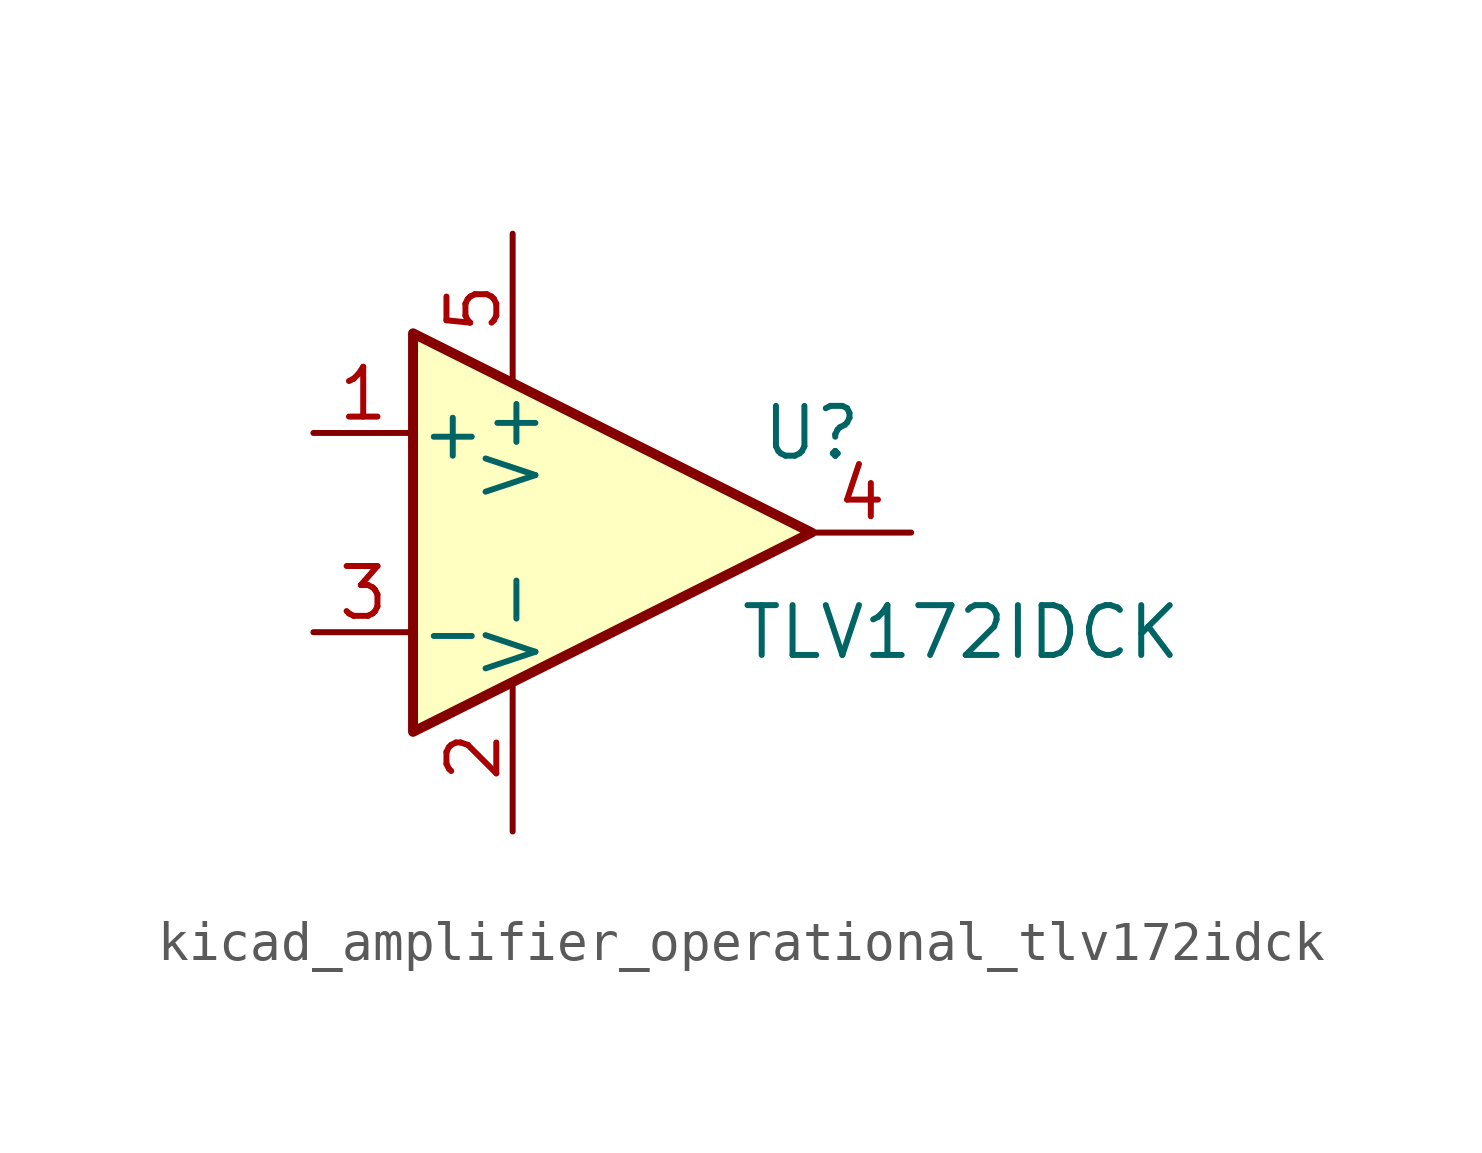
<source format=kicad_sym>
(kicad_symbol_lib
  (version 20220914)
  (generator kicad_symbol_editor)
  (symbol "kicad_amplifier_operational_tlv172idck"
    (pin_names
      (offset 0.127))
    (property "Reference" "U"
      (at 7.62 2.54 0)
      (effects (font (size 1.27 1.27))))
    (property "Value" "TLV172IDCK"
      (at 11.43 -2.54 0)
      (effects (font (size 1.27 1.27))))
    (symbol "kicad_amplifier_operational_tlv172idck_0_1"
      (polyline (pts (xy -2.54 5.08) (xy -2.54 -5.08) (xy 7.62 0) (xy -2.54 5.08)) (stroke (width 0.254) (type default)) (fill (type background))))
    (symbol "kicad_amplifier_operational_tlv172idck_1_1"
      (pin input line (at -5.08 2.54 0) (length 2.54) (name "+" (effects (font (size 1.27 1.27)))) (number "1" (effects (font (size 1.27 1.27)))))
      (pin power_in line (at 0 -7.62 90) (length 3.81) (name "V-" (effects (font (size 1.27 1.27)))) (number "2" (effects (font (size 1.27 1.27)))))
      (pin input line (at -5.08 -2.54 0) (length 2.54) (name "-" (effects (font (size 1.27 1.27)))) (number "3" (effects (font (size 1.27 1.27)))))
      (pin output line (at 10.16 0 180) (length 2.54) (name "~" (effects (font (size 1.27 1.27)))) (number "4" (effects (font (size 1.27 1.27)))))
      (pin power_in line (at 0 7.62 270) (length 3.81) (name "V+" (effects (font (size 1.27 1.27)))) (number "5" (effects (font (size 1.27 1.27))))))))
</source>
